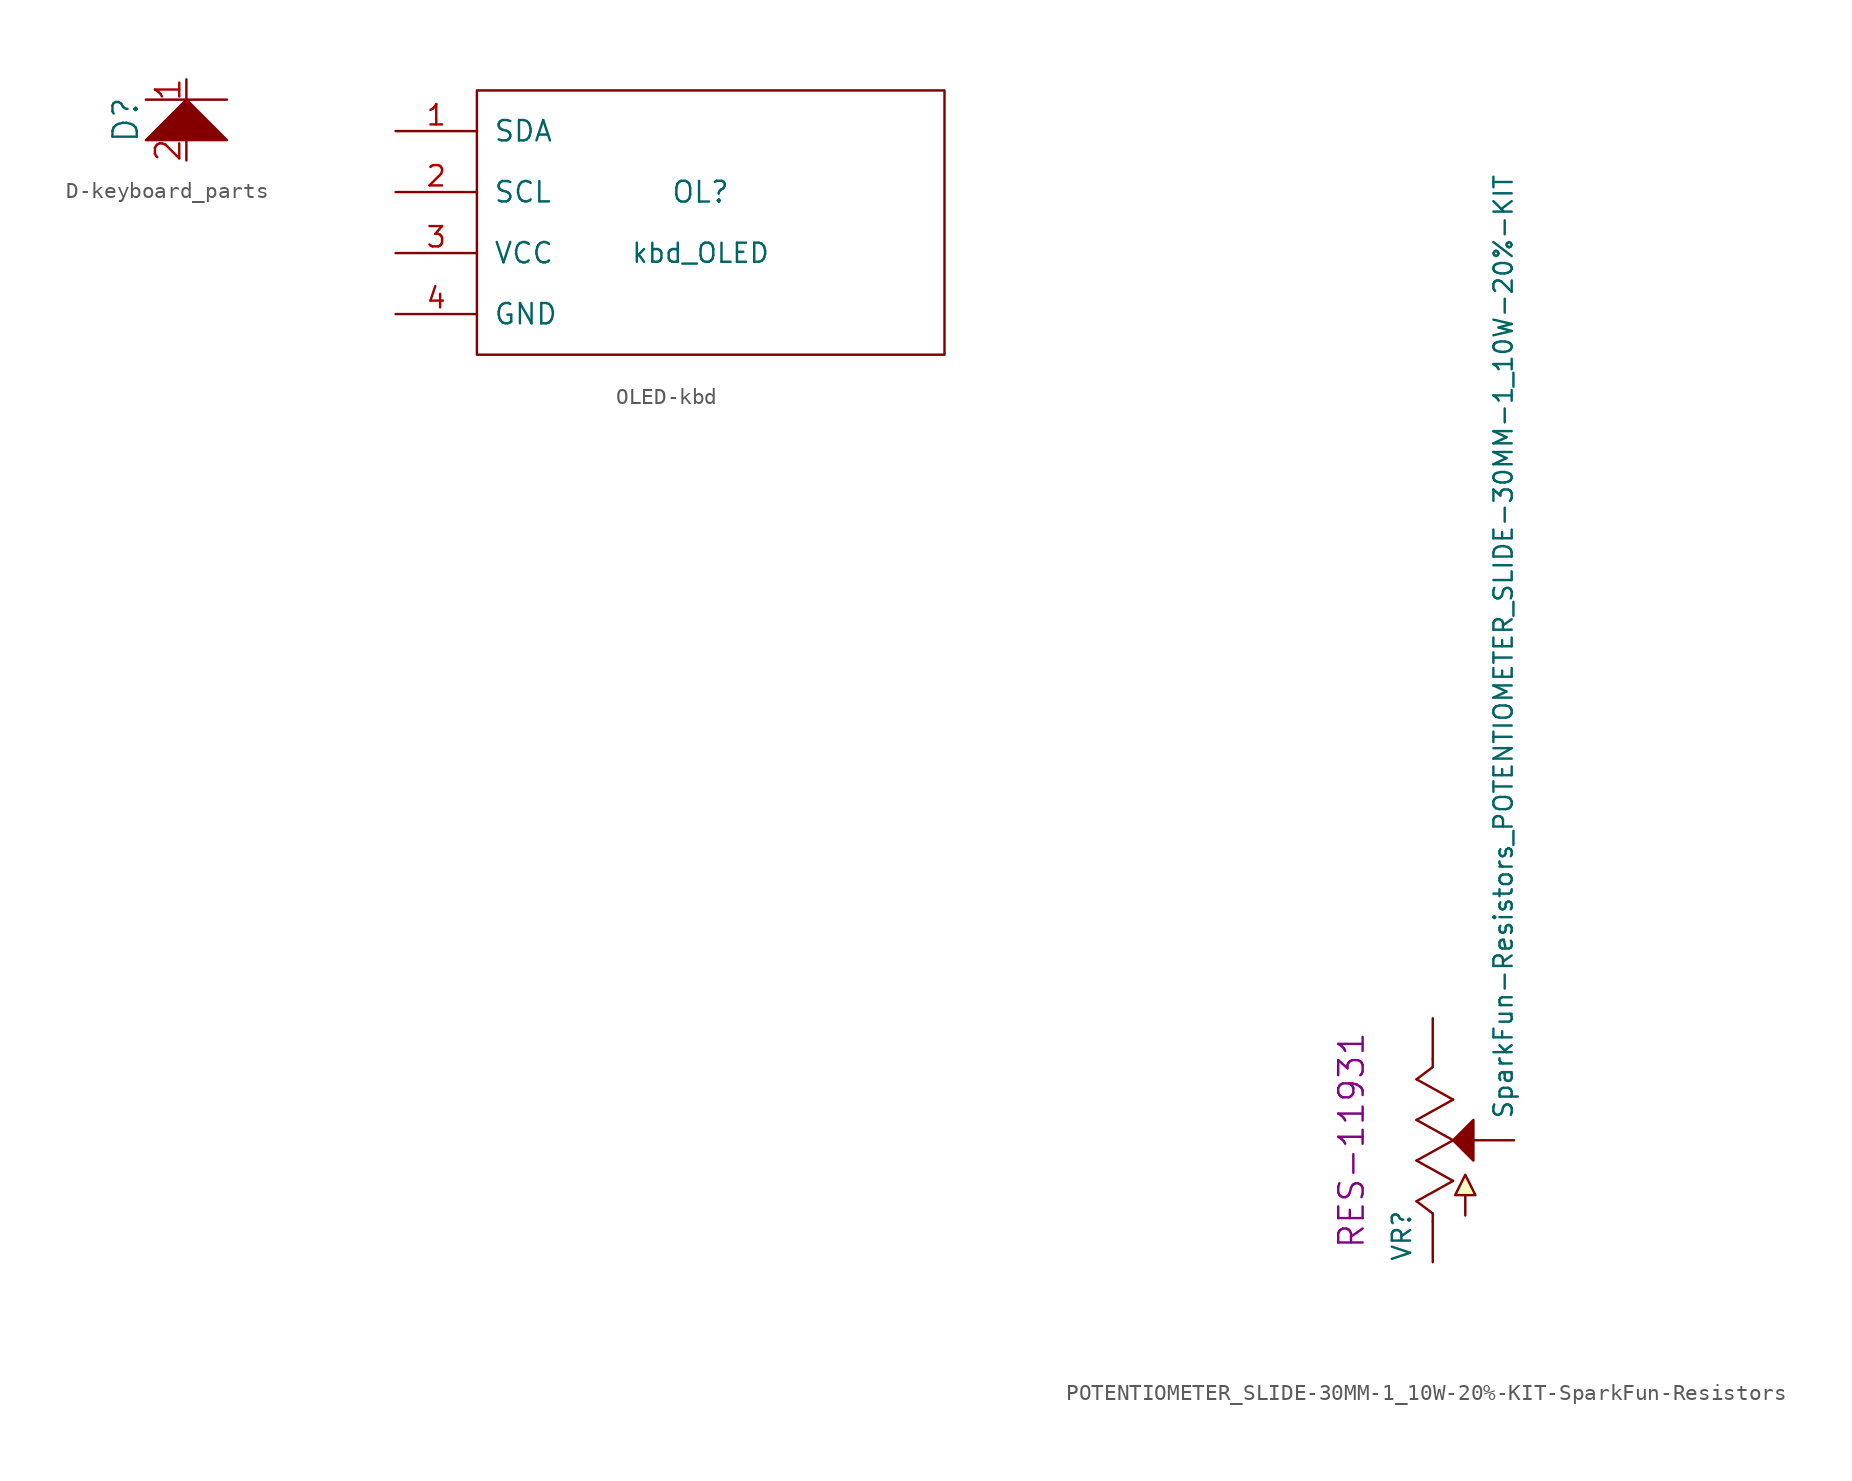
<source format=kicad_sym>
(kicad_symbol_lib
  (version 20220914)
  (generator kicad_symbol_editor)
  (symbol "D-keyboard_parts"
    (pin_names
      (offset 1.016))
    (property "Reference" "D"
      (at -3.81 -1.27 90)
      (effects (font (size 1.524 1.524))))
    (property "Footprint" ""
      (at 0 0 0)
      (effects (font (size 1.524 1.524))))
    (property "Datasheet" ""
      (at 0 0 0)
      (effects (font (size 1.524 1.524))))
    (symbol "D-keyboard_parts_0_1"
      (polyline (pts (xy -2.54 0) (xy 2.54 0)) (stroke (width 0) (type solid)) (fill (type none)))
      (polyline (pts (xy 0 0) (xy -2.54 -2.54) (xy 2.54 -2.54) (xy 0 0)) (stroke (width 0) (type solid)) (fill (type outline))))
    (symbol "D-keyboard_parts_1_1"
      (pin passive line (at 0 1.27 270) (length 1.27) (name "~" (effects (font (size 1.524 1.524)))) (number "1" (effects (font (size 1.524 1.524)))))
      (pin passive line (at 0 -3.81 90) (length 1.27) (name "~" (effects (font (size 1.524 1.524)))) (number "2" (effects (font (size 1.524 1.524)))))))
  (symbol "OLED-kbd"
    (pin_names
      (offset 1.016))
    (property "Reference" "OL"
      (at 0 2.54 0)
      (effects (font (size 1.295 1.295))))
    (property "Value" "kbd_OLED"
      (at 0 -1.27 0)
      (effects (font (size 1.194 1.194))))
    (symbol "OLED-kbd_0_1"
      (rectangle (start -13.97 8.89) (end 15.24 -7.62) (stroke (width 0) (type solid)) (fill (type none))))
    (symbol "OLED-kbd_1_1"
      (pin bidirectional line (at -19.05 6.35 0) (length 5.08) (name "SDA" (effects (font (size 1.27 1.27)))) (number "1" (effects (font (size 1.27 1.27)))))
      (pin bidirectional line (at -19.05 2.54 0) (length 5.08) (name "SCL" (effects (font (size 1.27 1.27)))) (number "2" (effects (font (size 1.27 1.27)))))
      (pin power_in line (at -19.05 -1.27 0) (length 5.08) (name "VCC" (effects (font (size 1.27 1.27)))) (number "3" (effects (font (size 1.27 1.27)))))
      (pin power_in line (at -19.05 -5.08 0) (length 5.08) (name "GND" (effects (font (size 1.27 1.27)))) (number "4" (effects (font (size 1.27 1.27)))))))
  (symbol "POTENTIOMETER_SLIDE-30MM-1_10W-20%-KIT-SparkFun-Resistors"
    (pin_numbers hide)
    (pin_names
      (offset 1.016) hide)
    (property "Reference" "VR"
      (at -1.27 -7.62 90)
      (effects (font (size 1.143 1.143)) (justify left bottom)))
    (property "Value" "SparkFun-Resistors_POTENTIOMETER_SLIDE-30MM-1_10W-20%-KIT"
      (at 5.08 1.27 90)
      (effects (font (size 1.143 1.143)) (justify left bottom)))
    (property "Field4" "RES-11931"
      (at -5.08 0 90)
      (effects (font (size 1.524 1.524))))
    (property "ki_locked" ""
      (at 0 0 0)
      (effects (font (size 1.27 1.27))))
    (symbol "POTENTIOMETER_SLIDE-30MM-1_10W-20%-KIT-SparkFun-Resistors_1_0"
      (polyline (pts (xy -1.016 -3.81) (xy 1.27 -2.54)) (stroke (width 0) (type solid)) (fill (type none)))
      (polyline (pts (xy -1.016 -1.27) (xy 1.27 0)) (stroke (width 0) (type solid)) (fill (type none)))
      (polyline (pts (xy -1.016 1.27) (xy 1.27 2.54)) (stroke (width 0) (type solid)) (fill (type none)))
      (polyline (pts (xy -1.016 3.81) (xy 0 4.572)) (stroke (width 0) (type solid)) (fill (type none)))
      (polyline (pts (xy 0 -5.08) (xy 0 -4.572)) (stroke (width 0) (type solid)) (fill (type none)))
      (polyline (pts (xy 0 -4.572) (xy -1.016 -3.81)) (stroke (width 0) (type solid)) (fill (type none)))
      (polyline (pts (xy 0 4.572) (xy 0 5.08)) (stroke (width 0) (type solid)) (fill (type none)))
      (polyline (pts (xy 1.27 -2.54) (xy -1.016 -1.27)) (stroke (width 0) (type solid)) (fill (type none)))
      (polyline (pts (xy 1.27 0) (xy -1.016 1.27)) (stroke (width 0) (type solid)) (fill (type none)))
      (polyline (pts (xy 1.27 2.54) (xy -1.016 3.81)) (stroke (width 0) (type solid)) (fill (type none)))
      (polyline (pts (xy 2.032 -4.699) (xy 2.032 -3.429)) (stroke (width 0) (type solid)) (fill (type none))))
    (symbol "POTENTIOMETER_SLIDE-30MM-1_10W-20%-KIT-SparkFun-Resistors_1_1"
      (polyline (pts (xy 2.032 -2.159) (xy 2.667 -3.429) (xy 2.032 -3.429) (xy 1.397 -3.429) (xy 2.032 -2.159)) (stroke (width 0) (type solid)) (fill (type background)))
      (polyline (pts (xy 2.54 -1.27) (xy 1.27 0) (xy 1.27 0) (xy 2.54 1.27) (xy 2.54 1.27) (xy 2.54 -1.27)) (stroke (width 0) (type solid)) (fill (type outline)))
      (pin passive line (at 0 -7.62 90) (length 2.54) (name "A" (effects (font (size 1.016 1.016)))) (number "BOTT" (effects (font (size 1.016 1.016)))))
      (pin passive line (at 0 7.62 270) (length 2.54) (name "E" (effects (font (size 1.016 1.016)))) (number "TOP" (effects (font (size 1.016 1.016)))))
      (pin passive line (at 5.08 0 180) (length 2.54) (name "S" (effects (font (size 1.016 1.016)))) (number "WIPE" (effects (font (size 1.016 1.016))))))))
</source>
